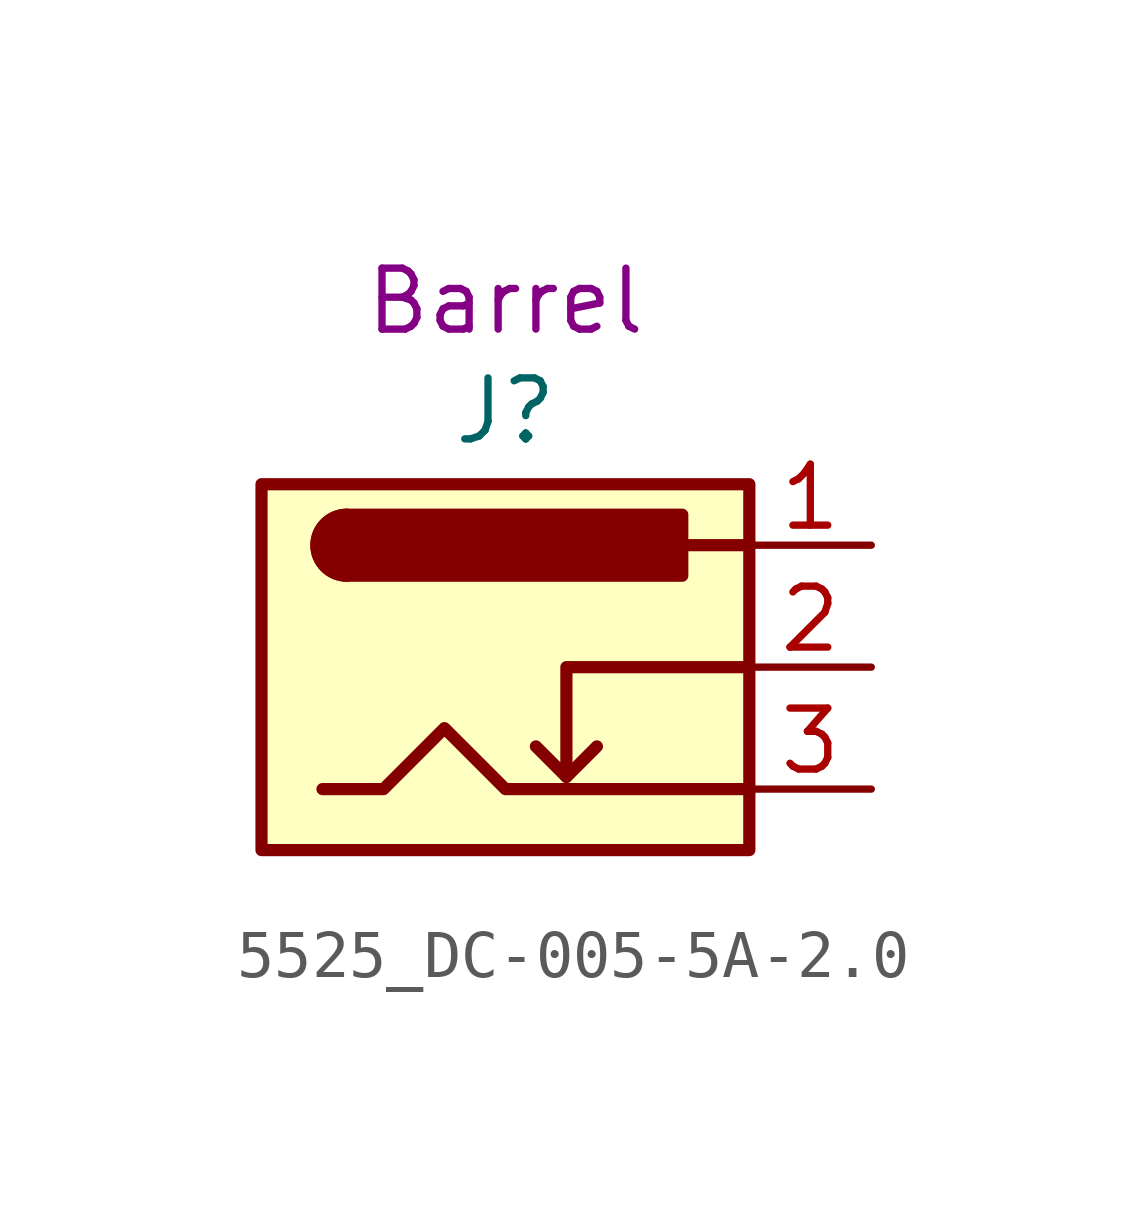
<source format=kicad_sym>
(kicad_symbol_lib
  (version 20231120)
  (generator "kicad_symbol_editor")
  (generator_version "8.0")
  (symbol "5525_DC-005-5A-2.0"
    (pin_names hide)
    (property "Reference" "J"
      (at 0 5.334 0)
      (effects (font (size 1.27 1.27))))
    (property "UserValue" "Barrel"
      (at 0 7.62 0)
      (effects (font (size 1.27 1.27))))
    (symbol "5525_DC-005-5A-2.0_0_1"
      (rectangle (start -5.08 3.81) (end 5.08 -3.81) (stroke (width 0.254) (type default)) (fill (type background)))
      (arc (start -3.302 3.175) (mid -3.9343 2.54) (end -3.302 1.905) (stroke (width 0.254) (type default)) (fill (type none)))
      (arc (start -3.302 3.175) (mid -3.9343 2.54) (end -3.302 1.905) (stroke (width 0.254) (type default)) (fill (type outline)))
      (polyline (pts (xy 1.27 -2.286) (xy 1.905 -1.651)) (stroke (width 0.254) (type default)) (fill (type none)))
      (polyline (pts (xy 5.08 2.54) (xy 3.81 2.54)) (stroke (width 0.254) (type default)) (fill (type none)))
      (polyline (pts (xy 5.08 0) (xy 1.27 0) (xy 1.27 -2.286) (xy 0.635 -1.651)) (stroke (width 0.254) (type default)) (fill (type none)))
      (polyline (pts (xy -3.81 -2.54) (xy -2.54 -2.54) (xy -1.27 -1.27) (xy 0 -2.54) (xy 2.54 -2.54) (xy 5.08 -2.54)) (stroke (width 0.254) (type default)) (fill (type none)))
      (rectangle (start 3.683 3.175) (end -3.302 1.905) (stroke (width 0.254) (type default)) (fill (type outline))))
    (symbol "5525_DC-005-5A-2.0_1_1"
      (pin passive line (at 7.62 2.54 180) (length 2.54) (name "~" (effects (font (size 1.27 1.27)))) (number "1" (effects (font (size 1.27 1.27)))))
      (pin passive line (at 7.62 0 180) (length 2.54) (name "~" (effects (font (size 1.27 1.27)))) (number "2" (effects (font (size 1.27 1.27)))))
      (pin passive line (at 7.62 -2.54 180) (length 2.54) (name "~" (effects (font (size 1.27 1.27)))) (number "3" (effects (font (size 1.27 1.27))))))))
</source>
